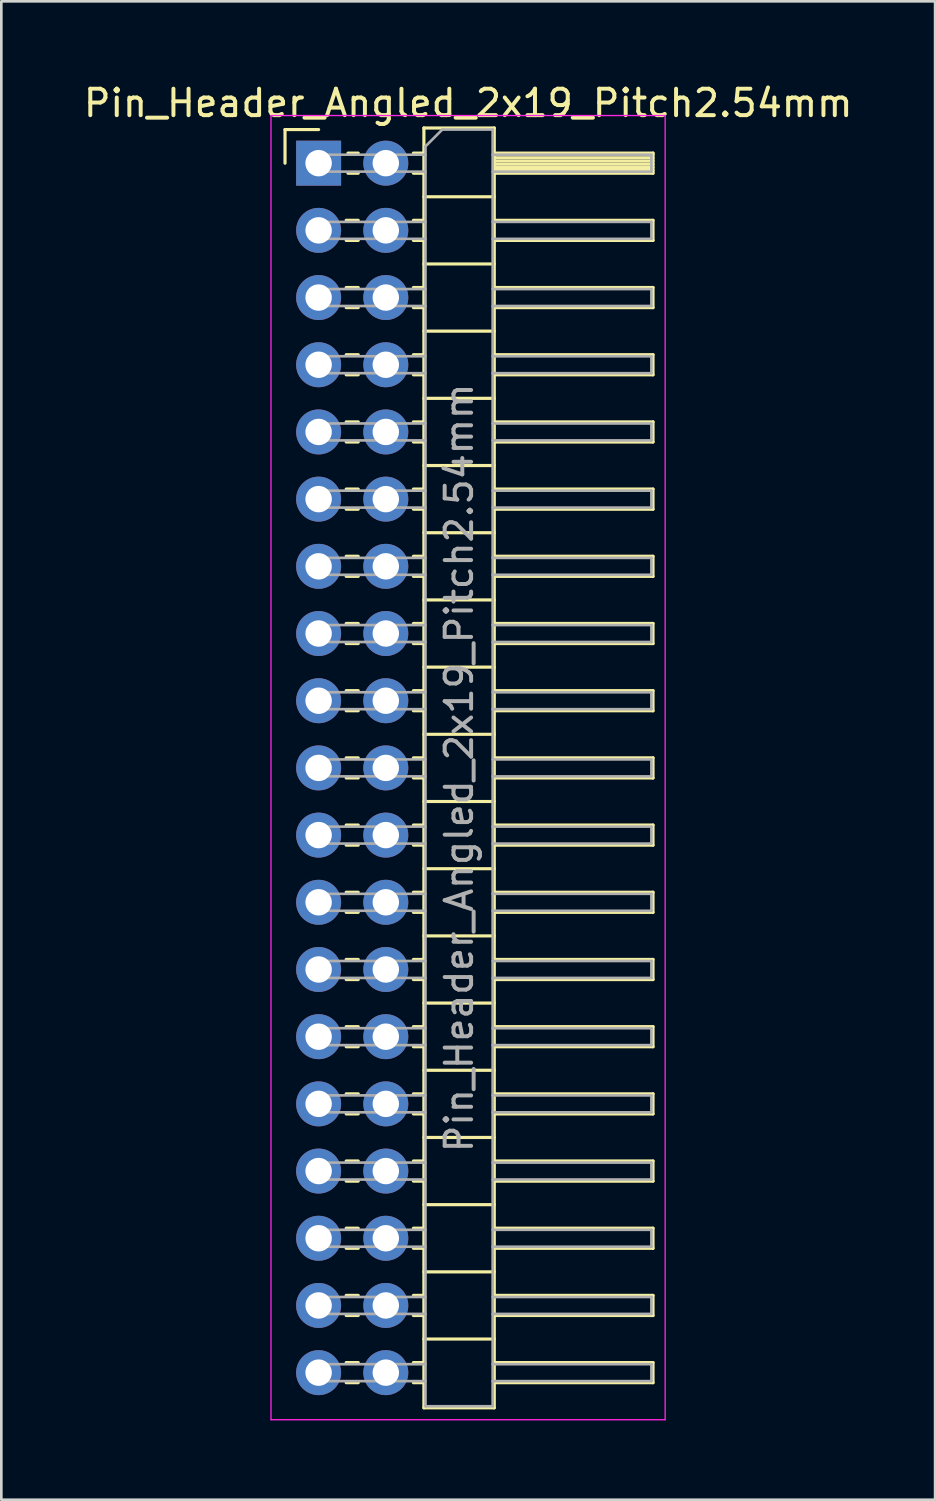
<source format=kicad_pcb>
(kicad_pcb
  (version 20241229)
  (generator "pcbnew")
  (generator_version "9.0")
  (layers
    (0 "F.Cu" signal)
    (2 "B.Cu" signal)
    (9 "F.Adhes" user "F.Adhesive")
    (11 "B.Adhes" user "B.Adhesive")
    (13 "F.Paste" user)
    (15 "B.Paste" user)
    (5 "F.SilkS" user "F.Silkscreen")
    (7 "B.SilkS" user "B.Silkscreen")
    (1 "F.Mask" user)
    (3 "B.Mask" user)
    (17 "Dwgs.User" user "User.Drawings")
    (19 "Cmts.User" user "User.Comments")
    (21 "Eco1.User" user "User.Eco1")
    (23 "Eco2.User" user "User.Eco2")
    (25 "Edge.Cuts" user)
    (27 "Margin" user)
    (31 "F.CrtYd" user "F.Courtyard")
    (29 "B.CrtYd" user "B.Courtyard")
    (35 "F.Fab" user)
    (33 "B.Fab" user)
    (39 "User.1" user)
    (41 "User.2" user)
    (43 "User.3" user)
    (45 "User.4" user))
  (footprint "Pin_Header_Angled_2x19_Pitch2.54mm"
    (layer "F.Cu")
    (at 8.994 3.118)
    (property "Reference" "Pin_Header_Angled_2x19_Pitch2.54mm" (at 5.655 -2.27 0) (layer "F.SilkS") (effects (font (size 1 1) (thickness 0.15))))
    (attr through_hole)
    (fp_line (start -1.27 -1.27) (end 0 -1.27) (stroke (width 0.12) (type solid)) (layer "F.SilkS"))
    (fp_line (start -1.27 0) (end -1.27 -1.27) (stroke (width 0.12) (type solid)) (layer "F.SilkS"))
    (fp_line (start 1.043 2.16) (end 1.497 2.16) (stroke (width 0.12) (type solid)) (layer "F.SilkS"))
    (fp_line (start 1.043 2.92) (end 1.497 2.92) (stroke (width 0.12) (type solid)) (layer "F.SilkS"))
    (fp_line (start 1.043 4.7) (end 1.497 4.7) (stroke (width 0.12) (type solid)) (layer "F.SilkS"))
    (fp_line (start 1.043 5.46) (end 1.497 5.46) (stroke (width 0.12) (type solid)) (layer "F.SilkS"))
    (fp_line (start 1.043 7.24) (end 1.497 7.24) (stroke (width 0.12) (type solid)) (layer "F.SilkS"))
    (fp_line (start 1.043 8) (end 1.497 8) (stroke (width 0.12) (type solid)) (layer "F.SilkS"))
    (fp_line (start 1.043 9.78) (end 1.497 9.78) (stroke (width 0.12) (type solid)) (layer "F.SilkS"))
    (fp_line (start 1.043 10.54) (end 1.497 10.54) (stroke (width 0.12) (type solid)) (layer "F.SilkS"))
    (fp_line (start 1.043 12.32) (end 1.497 12.32) (stroke (width 0.12) (type solid)) (layer "F.SilkS"))
    (fp_line (start 1.043 13.08) (end 1.497 13.08) (stroke (width 0.12) (type solid)) (layer "F.SilkS"))
    (fp_line (start 1.043 14.86) (end 1.497 14.86) (stroke (width 0.12) (type solid)) (layer "F.SilkS"))
    (fp_line (start 1.043 15.62) (end 1.497 15.62) (stroke (width 0.12) (type solid)) (layer "F.SilkS"))
    (fp_line (start 1.043 17.4) (end 1.497 17.4) (stroke (width 0.12) (type solid)) (layer "F.SilkS"))
    (fp_line (start 1.043 18.16) (end 1.497 18.16) (stroke (width 0.12) (type solid)) (layer "F.SilkS"))
    (fp_line (start 1.043 19.94) (end 1.497 19.94) (stroke (width 0.12) (type solid)) (layer "F.SilkS"))
    (fp_line (start 1.043 20.7) (end 1.497 20.7) (stroke (width 0.12) (type solid)) (layer "F.SilkS"))
    (fp_line (start 1.043 22.48) (end 1.497 22.48) (stroke (width 0.12) (type solid)) (layer "F.SilkS"))
    (fp_line (start 1.043 23.24) (end 1.497 23.24) (stroke (width 0.12) (type solid)) (layer "F.SilkS"))
    (fp_line (start 1.043 25.02) (end 1.497 25.02) (stroke (width 0.12) (type solid)) (layer "F.SilkS"))
    (fp_line (start 1.043 25.78) (end 1.497 25.78) (stroke (width 0.12) (type solid)) (layer "F.SilkS"))
    (fp_line (start 1.043 27.56) (end 1.497 27.56) (stroke (width 0.12) (type solid)) (layer "F.SilkS"))
    (fp_line (start 1.043 28.32) (end 1.497 28.32) (stroke (width 0.12) (type solid)) (layer "F.SilkS"))
    (fp_line (start 1.043 30.1) (end 1.497 30.1) (stroke (width 0.12) (type solid)) (layer "F.SilkS"))
    (fp_line (start 1.043 30.86) (end 1.497 30.86) (stroke (width 0.12) (type solid)) (layer "F.SilkS"))
    (fp_line (start 1.043 32.64) (end 1.497 32.64) (stroke (width 0.12) (type solid)) (layer "F.SilkS"))
    (fp_line (start 1.043 33.4) (end 1.497 33.4) (stroke (width 0.12) (type solid)) (layer "F.SilkS"))
    (fp_line (start 1.043 35.18) (end 1.497 35.18) (stroke (width 0.12) (type solid)) (layer "F.SilkS"))
    (fp_line (start 1.043 35.94) (end 1.497 35.94) (stroke (width 0.12) (type solid)) (layer "F.SilkS"))
    (fp_line (start 1.043 37.72) (end 1.497 37.72) (stroke (width 0.12) (type solid)) (layer "F.SilkS"))
    (fp_line (start 1.043 38.48) (end 1.497 38.48) (stroke (width 0.12) (type solid)) (layer "F.SilkS"))
    (fp_line (start 1.043 40.26) (end 1.497 40.26) (stroke (width 0.12) (type solid)) (layer "F.SilkS"))
    (fp_line (start 1.043 41.02) (end 1.497 41.02) (stroke (width 0.12) (type solid)) (layer "F.SilkS"))
    (fp_line (start 1.043 42.8) (end 1.497 42.8) (stroke (width 0.12) (type solid)) (layer "F.SilkS"))
    (fp_line (start 1.043 43.56) (end 1.497 43.56) (stroke (width 0.12) (type solid)) (layer "F.SilkS"))
    (fp_line (start 1.043 45.34) (end 1.497 45.34) (stroke (width 0.12) (type solid)) (layer "F.SilkS"))
    (fp_line (start 1.043 46.1) (end 1.497 46.1) (stroke (width 0.12) (type solid)) (layer "F.SilkS"))
    (fp_line (start 1.11 -0.38) (end 1.497 -0.38) (stroke (width 0.12) (type solid)) (layer "F.SilkS"))
    (fp_line (start 1.11 0.38) (end 1.497 0.38) (stroke (width 0.12) (type solid)) (layer "F.SilkS"))
    (fp_line (start 3.583 -0.38) (end 3.98 -0.38) (stroke (width 0.12) (type solid)) (layer "F.SilkS"))
    (fp_line (start 3.583 0.38) (end 3.98 0.38) (stroke (width 0.12) (type solid)) (layer "F.SilkS"))
    (fp_line (start 3.583 2.16) (end 3.98 2.16) (stroke (width 0.12) (type solid)) (layer "F.SilkS"))
    (fp_line (start 3.583 2.92) (end 3.98 2.92) (stroke (width 0.12) (type solid)) (layer "F.SilkS"))
    (fp_line (start 3.583 4.7) (end 3.98 4.7) (stroke (width 0.12) (type solid)) (layer "F.SilkS"))
    (fp_line (start 3.583 5.46) (end 3.98 5.46) (stroke (width 0.12) (type solid)) (layer "F.SilkS"))
    (fp_line (start 3.583 7.24) (end 3.98 7.24) (stroke (width 0.12) (type solid)) (layer "F.SilkS"))
    (fp_line (start 3.583 8) (end 3.98 8) (stroke (width 0.12) (type solid)) (layer "F.SilkS"))
    (fp_line (start 3.583 9.78) (end 3.98 9.78) (stroke (width 0.12) (type solid)) (layer "F.SilkS"))
    (fp_line (start 3.583 10.54) (end 3.98 10.54) (stroke (width 0.12) (type solid)) (layer "F.SilkS"))
    (fp_line (start 3.583 12.32) (end 3.98 12.32) (stroke (width 0.12) (type solid)) (layer "F.SilkS"))
    (fp_line (start 3.583 13.08) (end 3.98 13.08) (stroke (width 0.12) (type solid)) (layer "F.SilkS"))
    (fp_line (start 3.583 14.86) (end 3.98 14.86) (stroke (width 0.12) (type solid)) (layer "F.SilkS"))
    (fp_line (start 3.583 15.62) (end 3.98 15.62) (stroke (width 0.12) (type solid)) (layer "F.SilkS"))
    (fp_line (start 3.583 17.4) (end 3.98 17.4) (stroke (width 0.12) (type solid)) (layer "F.SilkS"))
    (fp_line (start 3.583 18.16) (end 3.98 18.16) (stroke (width 0.12) (type solid)) (layer "F.SilkS"))
    (fp_line (start 3.583 19.94) (end 3.98 19.94) (stroke (width 0.12) (type solid)) (layer "F.SilkS"))
    (fp_line (start 3.583 20.7) (end 3.98 20.7) (stroke (width 0.12) (type solid)) (layer "F.SilkS"))
    (fp_line (start 3.583 22.48) (end 3.98 22.48) (stroke (width 0.12) (type solid)) (layer "F.SilkS"))
    (fp_line (start 3.583 23.24) (end 3.98 23.24) (stroke (width 0.12) (type solid)) (layer "F.SilkS"))
    (fp_line (start 3.583 25.02) (end 3.98 25.02) (stroke (width 0.12) (type solid)) (layer "F.SilkS"))
    (fp_line (start 3.583 25.78) (end 3.98 25.78) (stroke (width 0.12) (type solid)) (layer "F.SilkS"))
    (fp_line (start 3.583 27.56) (end 3.98 27.56) (stroke (width 0.12) (type solid)) (layer "F.SilkS"))
    (fp_line (start 3.583 28.32) (end 3.98 28.32) (stroke (width 0.12) (type solid)) (layer "F.SilkS"))
    (fp_line (start 3.583 30.1) (end 3.98 30.1) (stroke (width 0.12) (type solid)) (layer "F.SilkS"))
    (fp_line (start 3.583 30.86) (end 3.98 30.86) (stroke (width 0.12) (type solid)) (layer "F.SilkS"))
    (fp_line (start 3.583 32.64) (end 3.98 32.64) (stroke (width 0.12) (type solid)) (layer "F.SilkS"))
    (fp_line (start 3.583 33.4) (end 3.98 33.4) (stroke (width 0.12) (type solid)) (layer "F.SilkS"))
    (fp_line (start 3.583 35.18) (end 3.98 35.18) (stroke (width 0.12) (type solid)) (layer "F.SilkS"))
    (fp_line (start 3.583 35.94) (end 3.98 35.94) (stroke (width 0.12) (type solid)) (layer "F.SilkS"))
    (fp_line (start 3.583 37.72) (end 3.98 37.72) (stroke (width 0.12) (type solid)) (layer "F.SilkS"))
    (fp_line (start 3.583 38.48) (end 3.98 38.48) (stroke (width 0.12) (type solid)) (layer "F.SilkS"))
    (fp_line (start 3.583 40.26) (end 3.98 40.26) (stroke (width 0.12) (type solid)) (layer "F.SilkS"))
    (fp_line (start 3.583 41.02) (end 3.98 41.02) (stroke (width 0.12) (type solid)) (layer "F.SilkS"))
    (fp_line (start 3.583 42.8) (end 3.98 42.8) (stroke (width 0.12) (type solid)) (layer "F.SilkS"))
    (fp_line (start 3.583 43.56) (end 3.98 43.56) (stroke (width 0.12) (type solid)) (layer "F.SilkS"))
    (fp_line (start 3.583 45.34) (end 3.98 45.34) (stroke (width 0.12) (type solid)) (layer "F.SilkS"))
    (fp_line (start 3.583 46.1) (end 3.98 46.1) (stroke (width 0.12) (type solid)) (layer "F.SilkS"))
    (fp_line (start 3.98 -1.33) (end 3.98 47.05) (stroke (width 0.12) (type solid)) (layer "F.SilkS"))
    (fp_line (start 3.98 1.27) (end 6.64 1.27) (stroke (width 0.12) (type solid)) (layer "F.SilkS"))
    (fp_line (start 3.98 3.81) (end 6.64 3.81) (stroke (width 0.12) (type solid)) (layer "F.SilkS"))
    (fp_line (start 3.98 6.35) (end 6.64 6.35) (stroke (width 0.12) (type solid)) (layer "F.SilkS"))
    (fp_line (start 3.98 8.89) (end 6.64 8.89) (stroke (width 0.12) (type solid)) (layer "F.SilkS"))
    (fp_line (start 3.98 11.43) (end 6.64 11.43) (stroke (width 0.12) (type solid)) (layer "F.SilkS"))
    (fp_line (start 3.98 13.97) (end 6.64 13.97) (stroke (width 0.12) (type solid)) (layer "F.SilkS"))
    (fp_line (start 3.98 16.51) (end 6.64 16.51) (stroke (width 0.12) (type solid)) (layer "F.SilkS"))
    (fp_line (start 3.98 19.05) (end 6.64 19.05) (stroke (width 0.12) (type solid)) (layer "F.SilkS"))
    (fp_line (start 3.98 21.59) (end 6.64 21.59) (stroke (width 0.12) (type solid)) (layer "F.SilkS"))
    (fp_line (start 3.98 24.13) (end 6.64 24.13) (stroke (width 0.12) (type solid)) (layer "F.SilkS"))
    (fp_line (start 3.98 26.67) (end 6.64 26.67) (stroke (width 0.12) (type solid)) (layer "F.SilkS"))
    (fp_line (start 3.98 29.21) (end 6.64 29.21) (stroke (width 0.12) (type solid)) (layer "F.SilkS"))
    (fp_line (start 3.98 31.75) (end 6.64 31.75) (stroke (width 0.12) (type solid)) (layer "F.SilkS"))
    (fp_line (start 3.98 34.29) (end 6.64 34.29) (stroke (width 0.12) (type solid)) (layer "F.SilkS"))
    (fp_line (start 3.98 36.83) (end 6.64 36.83) (stroke (width 0.12) (type solid)) (layer "F.SilkS"))
    (fp_line (start 3.98 39.37) (end 6.64 39.37) (stroke (width 0.12) (type solid)) (layer "F.SilkS"))
    (fp_line (start 3.98 41.91) (end 6.64 41.91) (stroke (width 0.12) (type solid)) (layer "F.SilkS"))
    (fp_line (start 3.98 44.45) (end 6.64 44.45) (stroke (width 0.12) (type solid)) (layer "F.SilkS"))
    (fp_line (start 3.98 47.05) (end 6.64 47.05) (stroke (width 0.12) (type solid)) (layer "F.SilkS"))
    (fp_line (start 6.64 -1.33) (end 3.98 -1.33) (stroke (width 0.12) (type solid)) (layer "F.SilkS"))
    (fp_line (start 6.64 -0.38) (end 12.64 -0.38) (stroke (width 0.12) (type solid)) (layer "F.SilkS"))
    (fp_line (start 6.64 -0.32) (end 12.64 -0.32) (stroke (width 0.12) (type solid)) (layer "F.SilkS"))
    (fp_line (start 6.64 -0.2) (end 12.64 -0.2) (stroke (width 0.12) (type solid)) (layer "F.SilkS"))
    (fp_line (start 6.64 -0.08) (end 12.64 -0.08) (stroke (width 0.12) (type solid)) (layer "F.SilkS"))
    (fp_line (start 6.64 0.04) (end 12.64 0.04) (stroke (width 0.12) (type solid)) (layer "F.SilkS"))
    (fp_line (start 6.64 0.16) (end 12.64 0.16) (stroke (width 0.12) (type solid)) (layer "F.SilkS"))
    (fp_line (start 6.64 0.28) (end 12.64 0.28) (stroke (width 0.12) (type solid)) (layer "F.SilkS"))
    (fp_line (start 6.64 2.16) (end 12.64 2.16) (stroke (width 0.12) (type solid)) (layer "F.SilkS"))
    (fp_line (start 6.64 4.7) (end 12.64 4.7) (stroke (width 0.12) (type solid)) (layer "F.SilkS"))
    (fp_line (start 6.64 7.24) (end 12.64 7.24) (stroke (width 0.12) (type solid)) (layer "F.SilkS"))
    (fp_line (start 6.64 9.78) (end 12.64 9.78) (stroke (width 0.12) (type solid)) (layer "F.SilkS"))
    (fp_line (start 6.64 12.32) (end 12.64 12.32) (stroke (width 0.12) (type solid)) (layer "F.SilkS"))
    (fp_line (start 6.64 14.86) (end 12.64 14.86) (stroke (width 0.12) (type solid)) (layer "F.SilkS"))
    (fp_line (start 6.64 17.4) (end 12.64 17.4) (stroke (width 0.12) (type solid)) (layer "F.SilkS"))
    (fp_line (start 6.64 19.94) (end 12.64 19.94) (stroke (width 0.12) (type solid)) (layer "F.SilkS"))
    (fp_line (start 6.64 22.48) (end 12.64 22.48) (stroke (width 0.12) (type solid)) (layer "F.SilkS"))
    (fp_line (start 6.64 25.02) (end 12.64 25.02) (stroke (width 0.12) (type solid)) (layer "F.SilkS"))
    (fp_line (start 6.64 27.56) (end 12.64 27.56) (stroke (width 0.12) (type solid)) (layer "F.SilkS"))
    (fp_line (start 6.64 30.1) (end 12.64 30.1) (stroke (width 0.12) (type solid)) (layer "F.SilkS"))
    (fp_line (start 6.64 32.64) (end 12.64 32.64) (stroke (width 0.12) (type solid)) (layer "F.SilkS"))
    (fp_line (start 6.64 35.18) (end 12.64 35.18) (stroke (width 0.12) (type solid)) (layer "F.SilkS"))
    (fp_line (start 6.64 37.72) (end 12.64 37.72) (stroke (width 0.12) (type solid)) (layer "F.SilkS"))
    (fp_line (start 6.64 40.26) (end 12.64 40.26) (stroke (width 0.12) (type solid)) (layer "F.SilkS"))
    (fp_line (start 6.64 42.8) (end 12.64 42.8) (stroke (width 0.12) (type solid)) (layer "F.SilkS"))
    (fp_line (start 6.64 45.34) (end 12.64 45.34) (stroke (width 0.12) (type solid)) (layer "F.SilkS"))
    (fp_line (start 6.64 47.05) (end 6.64 -1.33) (stroke (width 0.12) (type solid)) (layer "F.SilkS"))
    (fp_line (start 12.64 -0.38) (end 12.64 0.38) (stroke (width 0.12) (type solid)) (layer "F.SilkS"))
    (fp_line (start 12.64 0.38) (end 6.64 0.38) (stroke (width 0.12) (type solid)) (layer "F.SilkS"))
    (fp_line (start 12.64 2.16) (end 12.64 2.92) (stroke (width 0.12) (type solid)) (layer "F.SilkS"))
    (fp_line (start 12.64 2.92) (end 6.64 2.92) (stroke (width 0.12) (type solid)) (layer "F.SilkS"))
    (fp_line (start 12.64 4.7) (end 12.64 5.46) (stroke (width 0.12) (type solid)) (layer "F.SilkS"))
    (fp_line (start 12.64 5.46) (end 6.64 5.46) (stroke (width 0.12) (type solid)) (layer "F.SilkS"))
    (fp_line (start 12.64 7.24) (end 12.64 8) (stroke (width 0.12) (type solid)) (layer "F.SilkS"))
    (fp_line (start 12.64 8) (end 6.64 8) (stroke (width 0.12) (type solid)) (layer "F.SilkS"))
    (fp_line (start 12.64 9.78) (end 12.64 10.54) (stroke (width 0.12) (type solid)) (layer "F.SilkS"))
    (fp_line (start 12.64 10.54) (end 6.64 10.54) (stroke (width 0.12) (type solid)) (layer "F.SilkS"))
    (fp_line (start 12.64 12.32) (end 12.64 13.08) (stroke (width 0.12) (type solid)) (layer "F.SilkS"))
    (fp_line (start 12.64 13.08) (end 6.64 13.08) (stroke (width 0.12) (type solid)) (layer "F.SilkS"))
    (fp_line (start 12.64 14.86) (end 12.64 15.62) (stroke (width 0.12) (type solid)) (layer "F.SilkS"))
    (fp_line (start 12.64 15.62) (end 6.64 15.62) (stroke (width 0.12) (type solid)) (layer "F.SilkS"))
    (fp_line (start 12.64 17.4) (end 12.64 18.16) (stroke (width 0.12) (type solid)) (layer "F.SilkS"))
    (fp_line (start 12.64 18.16) (end 6.64 18.16) (stroke (width 0.12) (type solid)) (layer "F.SilkS"))
    (fp_line (start 12.64 19.94) (end 12.64 20.7) (stroke (width 0.12) (type solid)) (layer "F.SilkS"))
    (fp_line (start 12.64 20.7) (end 6.64 20.7) (stroke (width 0.12) (type solid)) (layer "F.SilkS"))
    (fp_line (start 12.64 22.48) (end 12.64 23.24) (stroke (width 0.12) (type solid)) (layer "F.SilkS"))
    (fp_line (start 12.64 23.24) (end 6.64 23.24) (stroke (width 0.12) (type solid)) (layer "F.SilkS"))
    (fp_line (start 12.64 25.02) (end 12.64 25.78) (stroke (width 0.12) (type solid)) (layer "F.SilkS"))
    (fp_line (start 12.64 25.78) (end 6.64 25.78) (stroke (width 0.12) (type solid)) (layer "F.SilkS"))
    (fp_line (start 12.64 27.56) (end 12.64 28.32) (stroke (width 0.12) (type solid)) (layer "F.SilkS"))
    (fp_line (start 12.64 28.32) (end 6.64 28.32) (stroke (width 0.12) (type solid)) (layer "F.SilkS"))
    (fp_line (start 12.64 30.1) (end 12.64 30.86) (stroke (width 0.12) (type solid)) (layer "F.SilkS"))
    (fp_line (start 12.64 30.86) (end 6.64 30.86) (stroke (width 0.12) (type solid)) (layer "F.SilkS"))
    (fp_line (start 12.64 32.64) (end 12.64 33.4) (stroke (width 0.12) (type solid)) (layer "F.SilkS"))
    (fp_line (start 12.64 33.4) (end 6.64 33.4) (stroke (width 0.12) (type solid)) (layer "F.SilkS"))
    (fp_line (start 12.64 35.18) (end 12.64 35.94) (stroke (width 0.12) (type solid)) (layer "F.SilkS"))
    (fp_line (start 12.64 35.94) (end 6.64 35.94) (stroke (width 0.12) (type solid)) (layer "F.SilkS"))
    (fp_line (start 12.64 37.72) (end 12.64 38.48) (stroke (width 0.12) (type solid)) (layer "F.SilkS"))
    (fp_line (start 12.64 38.48) (end 6.64 38.48) (stroke (width 0.12) (type solid)) (layer "F.SilkS"))
    (fp_line (start 12.64 40.26) (end 12.64 41.02) (stroke (width 0.12) (type solid)) (layer "F.SilkS"))
    (fp_line (start 12.64 41.02) (end 6.64 41.02) (stroke (width 0.12) (type solid)) (layer "F.SilkS"))
    (fp_line (start 12.64 42.8) (end 12.64 43.56) (stroke (width 0.12) (type solid)) (layer "F.SilkS"))
    (fp_line (start 12.64 43.56) (end 6.64 43.56) (stroke (width 0.12) (type solid)) (layer "F.SilkS"))
    (fp_line (start 12.64 45.34) (end 12.64 46.1) (stroke (width 0.12) (type solid)) (layer "F.SilkS"))
    (fp_line (start 12.64 46.1) (end 6.64 46.1) (stroke (width 0.12) (type solid)) (layer "F.SilkS"))
    (fp_line (start -1.8 -1.8) (end -1.8 47.5) (stroke (width 0.05) (type solid)) (layer "F.CrtYd"))
    (fp_line (start -1.8 47.5) (end 13.1 47.5) (stroke (width 0.05) (type solid)) (layer "F.CrtYd"))
    (fp_line (start 13.1 -1.8) (end -1.8 -1.8) (stroke (width 0.05) (type solid)) (layer "F.CrtYd"))
    (fp_line (start 13.1 47.5) (end 13.1 -1.8) (stroke (width 0.05) (type solid)) (layer "F.CrtYd"))
    (fp_line (start -0.32 -0.32) (end -0.32 0.32) (stroke (width 0.1) (type solid)) (layer "F.Fab"))
    (fp_line (start -0.32 -0.32) (end 4.04 -0.32) (stroke (width 0.1) (type solid)) (layer "F.Fab"))
    (fp_line (start -0.32 0.32) (end 4.04 0.32) (stroke (width 0.1) (type solid)) (layer "F.Fab"))
    (fp_line (start -0.32 2.22) (end -0.32 2.86) (stroke (width 0.1) (type solid)) (layer "F.Fab"))
    (fp_line (start -0.32 2.22) (end 4.04 2.22) (stroke (width 0.1) (type solid)) (layer "F.Fab"))
    (fp_line (start -0.32 2.86) (end 4.04 2.86) (stroke (width 0.1) (type solid)) (layer "F.Fab"))
    (fp_line (start -0.32 4.76) (end -0.32 5.4) (stroke (width 0.1) (type solid)) (layer "F.Fab"))
    (fp_line (start -0.32 4.76) (end 4.04 4.76) (stroke (width 0.1) (type solid)) (layer "F.Fab"))
    (fp_line (start -0.32 5.4) (end 4.04 5.4) (stroke (width 0.1) (type solid)) (layer "F.Fab"))
    (fp_line (start -0.32 7.3) (end -0.32 7.94) (stroke (width 0.1) (type solid)) (layer "F.Fab"))
    (fp_line (start -0.32 7.3) (end 4.04 7.3) (stroke (width 0.1) (type solid)) (layer "F.Fab"))
    (fp_line (start -0.32 7.94) (end 4.04 7.94) (stroke (width 0.1) (type solid)) (layer "F.Fab"))
    (fp_line (start -0.32 9.84) (end -0.32 10.48) (stroke (width 0.1) (type solid)) (layer "F.Fab"))
    (fp_line (start -0.32 9.84) (end 4.04 9.84) (stroke (width 0.1) (type solid)) (layer "F.Fab"))
    (fp_line (start -0.32 10.48) (end 4.04 10.48) (stroke (width 0.1) (type solid)) (layer "F.Fab"))
    (fp_line (start -0.32 12.38) (end -0.32 13.02) (stroke (width 0.1) (type solid)) (layer "F.Fab"))
    (fp_line (start -0.32 12.38) (end 4.04 12.38) (stroke (width 0.1) (type solid)) (layer "F.Fab"))
    (fp_line (start -0.32 13.02) (end 4.04 13.02) (stroke (width 0.1) (type solid)) (layer "F.Fab"))
    (fp_line (start -0.32 14.92) (end -0.32 15.56) (stroke (width 0.1) (type solid)) (layer "F.Fab"))
    (fp_line (start -0.32 14.92) (end 4.04 14.92) (stroke (width 0.1) (type solid)) (layer "F.Fab"))
    (fp_line (start -0.32 15.56) (end 4.04 15.56) (stroke (width 0.1) (type solid)) (layer "F.Fab"))
    (fp_line (start -0.32 17.46) (end -0.32 18.1) (stroke (width 0.1) (type solid)) (layer "F.Fab"))
    (fp_line (start -0.32 17.46) (end 4.04 17.46) (stroke (width 0.1) (type solid)) (layer "F.Fab"))
    (fp_line (start -0.32 18.1) (end 4.04 18.1) (stroke (width 0.1) (type solid)) (layer "F.Fab"))
    (fp_line (start -0.32 20) (end -0.32 20.64) (stroke (width 0.1) (type solid)) (layer "F.Fab"))
    (fp_line (start -0.32 20) (end 4.04 20) (stroke (width 0.1) (type solid)) (layer "F.Fab"))
    (fp_line (start -0.32 20.64) (end 4.04 20.64) (stroke (width 0.1) (type solid)) (layer "F.Fab"))
    (fp_line (start -0.32 22.54) (end -0.32 23.18) (stroke (width 0.1) (type solid)) (layer "F.Fab"))
    (fp_line (start -0.32 22.54) (end 4.04 22.54) (stroke (width 0.1) (type solid)) (layer "F.Fab"))
    (fp_line (start -0.32 23.18) (end 4.04 23.18) (stroke (width 0.1) (type solid)) (layer "F.Fab"))
    (fp_line (start -0.32 25.08) (end -0.32 25.72) (stroke (width 0.1) (type solid)) (layer "F.Fab"))
    (fp_line (start -0.32 25.08) (end 4.04 25.08) (stroke (width 0.1) (type solid)) (layer "F.Fab"))
    (fp_line (start -0.32 25.72) (end 4.04 25.72) (stroke (width 0.1) (type solid)) (layer "F.Fab"))
    (fp_line (start -0.32 27.62) (end -0.32 28.26) (stroke (width 0.1) (type solid)) (layer "F.Fab"))
    (fp_line (start -0.32 27.62) (end 4.04 27.62) (stroke (width 0.1) (type solid)) (layer "F.Fab"))
    (fp_line (start -0.32 28.26) (end 4.04 28.26) (stroke (width 0.1) (type solid)) (layer "F.Fab"))
    (fp_line (start -0.32 30.16) (end -0.32 30.8) (stroke (width 0.1) (type solid)) (layer "F.Fab"))
    (fp_line (start -0.32 30.16) (end 4.04 30.16) (stroke (width 0.1) (type solid)) (layer "F.Fab"))
    (fp_line (start -0.32 30.8) (end 4.04 30.8) (stroke (width 0.1) (type solid)) (layer "F.Fab"))
    (fp_line (start -0.32 32.7) (end -0.32 33.34) (stroke (width 0.1) (type solid)) (layer "F.Fab"))
    (fp_line (start -0.32 32.7) (end 4.04 32.7) (stroke (width 0.1) (type solid)) (layer "F.Fab"))
    (fp_line (start -0.32 33.34) (end 4.04 33.34) (stroke (width 0.1) (type solid)) (layer "F.Fab"))
    (fp_line (start -0.32 35.24) (end -0.32 35.88) (stroke (width 0.1) (type solid)) (layer "F.Fab"))
    (fp_line (start -0.32 35.24) (end 4.04 35.24) (stroke (width 0.1) (type solid)) (layer "F.Fab"))
    (fp_line (start -0.32 35.88) (end 4.04 35.88) (stroke (width 0.1) (type solid)) (layer "F.Fab"))
    (fp_line (start -0.32 37.78) (end -0.32 38.42) (stroke (width 0.1) (type solid)) (layer "F.Fab"))
    (fp_line (start -0.32 37.78) (end 4.04 37.78) (stroke (width 0.1) (type solid)) (layer "F.Fab"))
    (fp_line (start -0.32 38.42) (end 4.04 38.42) (stroke (width 0.1) (type solid)) (layer "F.Fab"))
    (fp_line (start -0.32 40.32) (end -0.32 40.96) (stroke (width 0.1) (type solid)) (layer "F.Fab"))
    (fp_line (start -0.32 40.32) (end 4.04 40.32) (stroke (width 0.1) (type solid)) (layer "F.Fab"))
    (fp_line (start -0.32 40.96) (end 4.04 40.96) (stroke (width 0.1) (type solid)) (layer "F.Fab"))
    (fp_line (start -0.32 42.86) (end -0.32 43.5) (stroke (width 0.1) (type solid)) (layer "F.Fab"))
    (fp_line (start -0.32 42.86) (end 4.04 42.86) (stroke (width 0.1) (type solid)) (layer "F.Fab"))
    (fp_line (start -0.32 43.5) (end 4.04 43.5) (stroke (width 0.1) (type solid)) (layer "F.Fab"))
    (fp_line (start -0.32 45.4) (end -0.32 46.04) (stroke (width 0.1) (type solid)) (layer "F.Fab"))
    (fp_line (start -0.32 45.4) (end 4.04 45.4) (stroke (width 0.1) (type solid)) (layer "F.Fab"))
    (fp_line (start -0.32 46.04) (end 4.04 46.04) (stroke (width 0.1) (type solid)) (layer "F.Fab"))
    (fp_line (start 4.04 -0.635) (end 4.675 -1.27) (stroke (width 0.1) (type solid)) (layer "F.Fab"))
    (fp_line (start 4.04 46.99) (end 4.04 -0.635) (stroke (width 0.1) (type solid)) (layer "F.Fab"))
    (fp_line (start 4.675 -1.27) (end 6.58 -1.27) (stroke (width 0.1) (type solid)) (layer "F.Fab"))
    (fp_line (start 6.58 -1.27) (end 6.58 46.99) (stroke (width 0.1) (type solid)) (layer "F.Fab"))
    (fp_line (start 6.58 -0.32) (end 12.58 -0.32) (stroke (width 0.1) (type solid)) (layer "F.Fab"))
    (fp_line (start 6.58 0.32) (end 12.58 0.32) (stroke (width 0.1) (type solid)) (layer "F.Fab"))
    (fp_line (start 6.58 2.22) (end 12.58 2.22) (stroke (width 0.1) (type solid)) (layer "F.Fab"))
    (fp_line (start 6.58 2.86) (end 12.58 2.86) (stroke (width 0.1) (type solid)) (layer "F.Fab"))
    (fp_line (start 6.58 4.76) (end 12.58 4.76) (stroke (width 0.1) (type solid)) (layer "F.Fab"))
    (fp_line (start 6.58 5.4) (end 12.58 5.4) (stroke (width 0.1) (type solid)) (layer "F.Fab"))
    (fp_line (start 6.58 7.3) (end 12.58 7.3) (stroke (width 0.1) (type solid)) (layer "F.Fab"))
    (fp_line (start 6.58 7.94) (end 12.58 7.94) (stroke (width 0.1) (type solid)) (layer "F.Fab"))
    (fp_line (start 6.58 9.84) (end 12.58 9.84) (stroke (width 0.1) (type solid)) (layer "F.Fab"))
    (fp_line (start 6.58 10.48) (end 12.58 10.48) (stroke (width 0.1) (type solid)) (layer "F.Fab"))
    (fp_line (start 6.58 12.38) (end 12.58 12.38) (stroke (width 0.1) (type solid)) (layer "F.Fab"))
    (fp_line (start 6.58 13.02) (end 12.58 13.02) (stroke (width 0.1) (type solid)) (layer "F.Fab"))
    (fp_line (start 6.58 14.92) (end 12.58 14.92) (stroke (width 0.1) (type solid)) (layer "F.Fab"))
    (fp_line (start 6.58 15.56) (end 12.58 15.56) (stroke (width 0.1) (type solid)) (layer "F.Fab"))
    (fp_line (start 6.58 17.46) (end 12.58 17.46) (stroke (width 0.1) (type solid)) (layer "F.Fab"))
    (fp_line (start 6.58 18.1) (end 12.58 18.1) (stroke (width 0.1) (type solid)) (layer "F.Fab"))
    (fp_line (start 6.58 20) (end 12.58 20) (stroke (width 0.1) (type solid)) (layer "F.Fab"))
    (fp_line (start 6.58 20.64) (end 12.58 20.64) (stroke (width 0.1) (type solid)) (layer "F.Fab"))
    (fp_line (start 6.58 22.54) (end 12.58 22.54) (stroke (width 0.1) (type solid)) (layer "F.Fab"))
    (fp_line (start 6.58 23.18) (end 12.58 23.18) (stroke (width 0.1) (type solid)) (layer "F.Fab"))
    (fp_line (start 6.58 25.08) (end 12.58 25.08) (stroke (width 0.1) (type solid)) (layer "F.Fab"))
    (fp_line (start 6.58 25.72) (end 12.58 25.72) (stroke (width 0.1) (type solid)) (layer "F.Fab"))
    (fp_line (start 6.58 27.62) (end 12.58 27.62) (stroke (width 0.1) (type solid)) (layer "F.Fab"))
    (fp_line (start 6.58 28.26) (end 12.58 28.26) (stroke (width 0.1) (type solid)) (layer "F.Fab"))
    (fp_line (start 6.58 30.16) (end 12.58 30.16) (stroke (width 0.1) (type solid)) (layer "F.Fab"))
    (fp_line (start 6.58 30.8) (end 12.58 30.8) (stroke (width 0.1) (type solid)) (layer "F.Fab"))
    (fp_line (start 6.58 32.7) (end 12.58 32.7) (stroke (width 0.1) (type solid)) (layer "F.Fab"))
    (fp_line (start 6.58 33.34) (end 12.58 33.34) (stroke (width 0.1) (type solid)) (layer "F.Fab"))
    (fp_line (start 6.58 35.24) (end 12.58 35.24) (stroke (width 0.1) (type solid)) (layer "F.Fab"))
    (fp_line (start 6.58 35.88) (end 12.58 35.88) (stroke (width 0.1) (type solid)) (layer "F.Fab"))
    (fp_line (start 6.58 37.78) (end 12.58 37.78) (stroke (width 0.1) (type solid)) (layer "F.Fab"))
    (fp_line (start 6.58 38.42) (end 12.58 38.42) (stroke (width 0.1) (type solid)) (layer "F.Fab"))
    (fp_line (start 6.58 40.32) (end 12.58 40.32) (stroke (width 0.1) (type solid)) (layer "F.Fab"))
    (fp_line (start 6.58 40.96) (end 12.58 40.96) (stroke (width 0.1) (type solid)) (layer "F.Fab"))
    (fp_line (start 6.58 42.86) (end 12.58 42.86) (stroke (width 0.1) (type solid)) (layer "F.Fab"))
    (fp_line (start 6.58 43.5) (end 12.58 43.5) (stroke (width 0.1) (type solid)) (layer "F.Fab"))
    (fp_line (start 6.58 45.4) (end 12.58 45.4) (stroke (width 0.1) (type solid)) (layer "F.Fab"))
    (fp_line (start 6.58 46.04) (end 12.58 46.04) (stroke (width 0.1) (type solid)) (layer "F.Fab"))
    (fp_line (start 6.58 46.99) (end 4.04 46.99) (stroke (width 0.1) (type solid)) (layer "F.Fab"))
    (fp_line (start 12.58 -0.32) (end 12.58 0.32) (stroke (width 0.1) (type solid)) (layer "F.Fab"))
    (fp_line (start 12.58 2.22) (end 12.58 2.86) (stroke (width 0.1) (type solid)) (layer "F.Fab"))
    (fp_line (start 12.58 4.76) (end 12.58 5.4) (stroke (width 0.1) (type solid)) (layer "F.Fab"))
    (fp_line (start 12.58 7.3) (end 12.58 7.94) (stroke (width 0.1) (type solid)) (layer "F.Fab"))
    (fp_line (start 12.58 9.84) (end 12.58 10.48) (stroke (width 0.1) (type solid)) (layer "F.Fab"))
    (fp_line (start 12.58 12.38) (end 12.58 13.02) (stroke (width 0.1) (type solid)) (layer "F.Fab"))
    (fp_line (start 12.58 14.92) (end 12.58 15.56) (stroke (width 0.1) (type solid)) (layer "F.Fab"))
    (fp_line (start 12.58 17.46) (end 12.58 18.1) (stroke (width 0.1) (type solid)) (layer "F.Fab"))
    (fp_line (start 12.58 20) (end 12.58 20.64) (stroke (width 0.1) (type solid)) (layer "F.Fab"))
    (fp_line (start 12.58 22.54) (end 12.58 23.18) (stroke (width 0.1) (type solid)) (layer "F.Fab"))
    (fp_line (start 12.58 25.08) (end 12.58 25.72) (stroke (width 0.1) (type solid)) (layer "F.Fab"))
    (fp_line (start 12.58 27.62) (end 12.58 28.26) (stroke (width 0.1) (type solid)) (layer "F.Fab"))
    (fp_line (start 12.58 30.16) (end 12.58 30.8) (stroke (width 0.1) (type solid)) (layer "F.Fab"))
    (fp_line (start 12.58 32.7) (end 12.58 33.34) (stroke (width 0.1) (type solid)) (layer "F.Fab"))
    (fp_line (start 12.58 35.24) (end 12.58 35.88) (stroke (width 0.1) (type solid)) (layer "F.Fab"))
    (fp_line (start 12.58 37.78) (end 12.58 38.42) (stroke (width 0.1) (type solid)) (layer "F.Fab"))
    (fp_line (start 12.58 40.32) (end 12.58 40.96) (stroke (width 0.1) (type solid)) (layer "F.Fab"))
    (fp_line (start 12.58 42.86) (end 12.58 43.5) (stroke (width 0.1) (type solid)) (layer "F.Fab"))
    (fp_line (start 12.58 45.4) (end 12.58 46.04) (stroke (width 0.1) (type solid)) (layer "F.Fab"))
    (fp_text user "${REFERENCE}" (at 5.31 22.86 90) (layer "F.Fab") (effects (font (size 1 1) (thickness 0.15))))
    (pad "1" thru_hole rect (at 0 0) (size 1.7 1.7) (drill 1) (layers "*.Cu" "*.Mask"))
    (pad "2" thru_hole oval (at 2.54 0) (size 1.7 1.7) (drill 1) (layers "*.Cu" "*.Mask"))
    (pad "3" thru_hole oval (at 0 2.54) (size 1.7 1.7) (drill 1) (layers "*.Cu" "*.Mask"))
    (pad "4" thru_hole oval (at 2.54 2.54) (size 1.7 1.7) (drill 1) (layers "*.Cu" "*.Mask"))
    (pad "5" thru_hole oval (at 0 5.08) (size 1.7 1.7) (drill 1) (layers "*.Cu" "*.Mask"))
    (pad "6" thru_hole oval (at 2.54 5.08) (size 1.7 1.7) (drill 1) (layers "*.Cu" "*.Mask"))
    (pad "7" thru_hole oval (at 0 7.62) (size 1.7 1.7) (drill 1) (layers "*.Cu" "*.Mask"))
    (pad "8" thru_hole oval (at 2.54 7.62) (size 1.7 1.7) (drill 1) (layers "*.Cu" "*.Mask"))
    (pad "9" thru_hole oval (at 0 10.16) (size 1.7 1.7) (drill 1) (layers "*.Cu" "*.Mask"))
    (pad "10" thru_hole oval (at 2.54 10.16) (size 1.7 1.7) (drill 1) (layers "*.Cu" "*.Mask"))
    (pad "11" thru_hole oval (at 0 12.7) (size 1.7 1.7) (drill 1) (layers "*.Cu" "*.Mask"))
    (pad "12" thru_hole oval (at 2.54 12.7) (size 1.7 1.7) (drill 1) (layers "*.Cu" "*.Mask"))
    (pad "13" thru_hole oval (at 0 15.24) (size 1.7 1.7) (drill 1) (layers "*.Cu" "*.Mask"))
    (pad "14" thru_hole oval (at 2.54 15.24) (size 1.7 1.7) (drill 1) (layers "*.Cu" "*.Mask"))
    (pad "15" thru_hole oval (at 0 17.78) (size 1.7 1.7) (drill 1) (layers "*.Cu" "*.Mask"))
    (pad "16" thru_hole oval (at 2.54 17.78) (size 1.7 1.7) (drill 1) (layers "*.Cu" "*.Mask"))
    (pad "17" thru_hole oval (at 0 20.32) (size 1.7 1.7) (drill 1) (layers "*.Cu" "*.Mask"))
    (pad "18" thru_hole oval (at 2.54 20.32) (size 1.7 1.7) (drill 1) (layers "*.Cu" "*.Mask"))
    (pad "19" thru_hole oval (at 0 22.86) (size 1.7 1.7) (drill 1) (layers "*.Cu" "*.Mask"))
    (pad "20" thru_hole oval (at 2.54 22.86) (size 1.7 1.7) (drill 1) (layers "*.Cu" "*.Mask"))
    (pad "21" thru_hole oval (at 0 25.4) (size 1.7 1.7) (drill 1) (layers "*.Cu" "*.Mask"))
    (pad "22" thru_hole oval (at 2.54 25.4) (size 1.7 1.7) (drill 1) (layers "*.Cu" "*.Mask"))
    (pad "23" thru_hole oval (at 0 27.94) (size 1.7 1.7) (drill 1) (layers "*.Cu" "*.Mask"))
    (pad "24" thru_hole oval (at 2.54 27.94) (size 1.7 1.7) (drill 1) (layers "*.Cu" "*.Mask"))
    (pad "25" thru_hole oval (at 0 30.48) (size 1.7 1.7) (drill 1) (layers "*.Cu" "*.Mask"))
    (pad "26" thru_hole oval (at 2.54 30.48) (size 1.7 1.7) (drill 1) (layers "*.Cu" "*.Mask"))
    (pad "27" thru_hole oval (at 0 33.02) (size 1.7 1.7) (drill 1) (layers "*.Cu" "*.Mask"))
    (pad "28" thru_hole oval (at 2.54 33.02) (size 1.7 1.7) (drill 1) (layers "*.Cu" "*.Mask"))
    (pad "29" thru_hole oval (at 0 35.56) (size 1.7 1.7) (drill 1) (layers "*.Cu" "*.Mask"))
    (pad "30" thru_hole oval (at 2.54 35.56) (size 1.7 1.7) (drill 1) (layers "*.Cu" "*.Mask"))
    (pad "31" thru_hole oval (at 0 38.1) (size 1.7 1.7) (drill 1) (layers "*.Cu" "*.Mask"))
    (pad "32" thru_hole oval (at 2.54 38.1) (size 1.7 1.7) (drill 1) (layers "*.Cu" "*.Mask"))
    (pad "33" thru_hole oval (at 0 40.64) (size 1.7 1.7) (drill 1) (layers "*.Cu" "*.Mask"))
    (pad "34" thru_hole oval (at 2.54 40.64) (size 1.7 1.7) (drill 1) (layers "*.Cu" "*.Mask"))
    (pad "35" thru_hole oval (at 0 43.18) (size 1.7 1.7) (drill 1) (layers "*.Cu" "*.Mask"))
    (pad "36" thru_hole oval (at 2.54 43.18) (size 1.7 1.7) (drill 1) (layers "*.Cu" "*.Mask"))
    (pad "37" thru_hole oval (at 0 45.72) (size 1.7 1.7) (drill 1) (layers "*.Cu" "*.Mask"))
    (pad "38" thru_hole oval (at 2.54 45.72) (size 1.7 1.7) (drill 1) (layers "*.Cu" "*.Mask")))
  (gr_rect
    (start -3 -3)
    (end 32.298 53.643)
    (stroke (width 0.1) (type default))
    (fill no)
    (layer "Edge.Cuts")))
</source>
